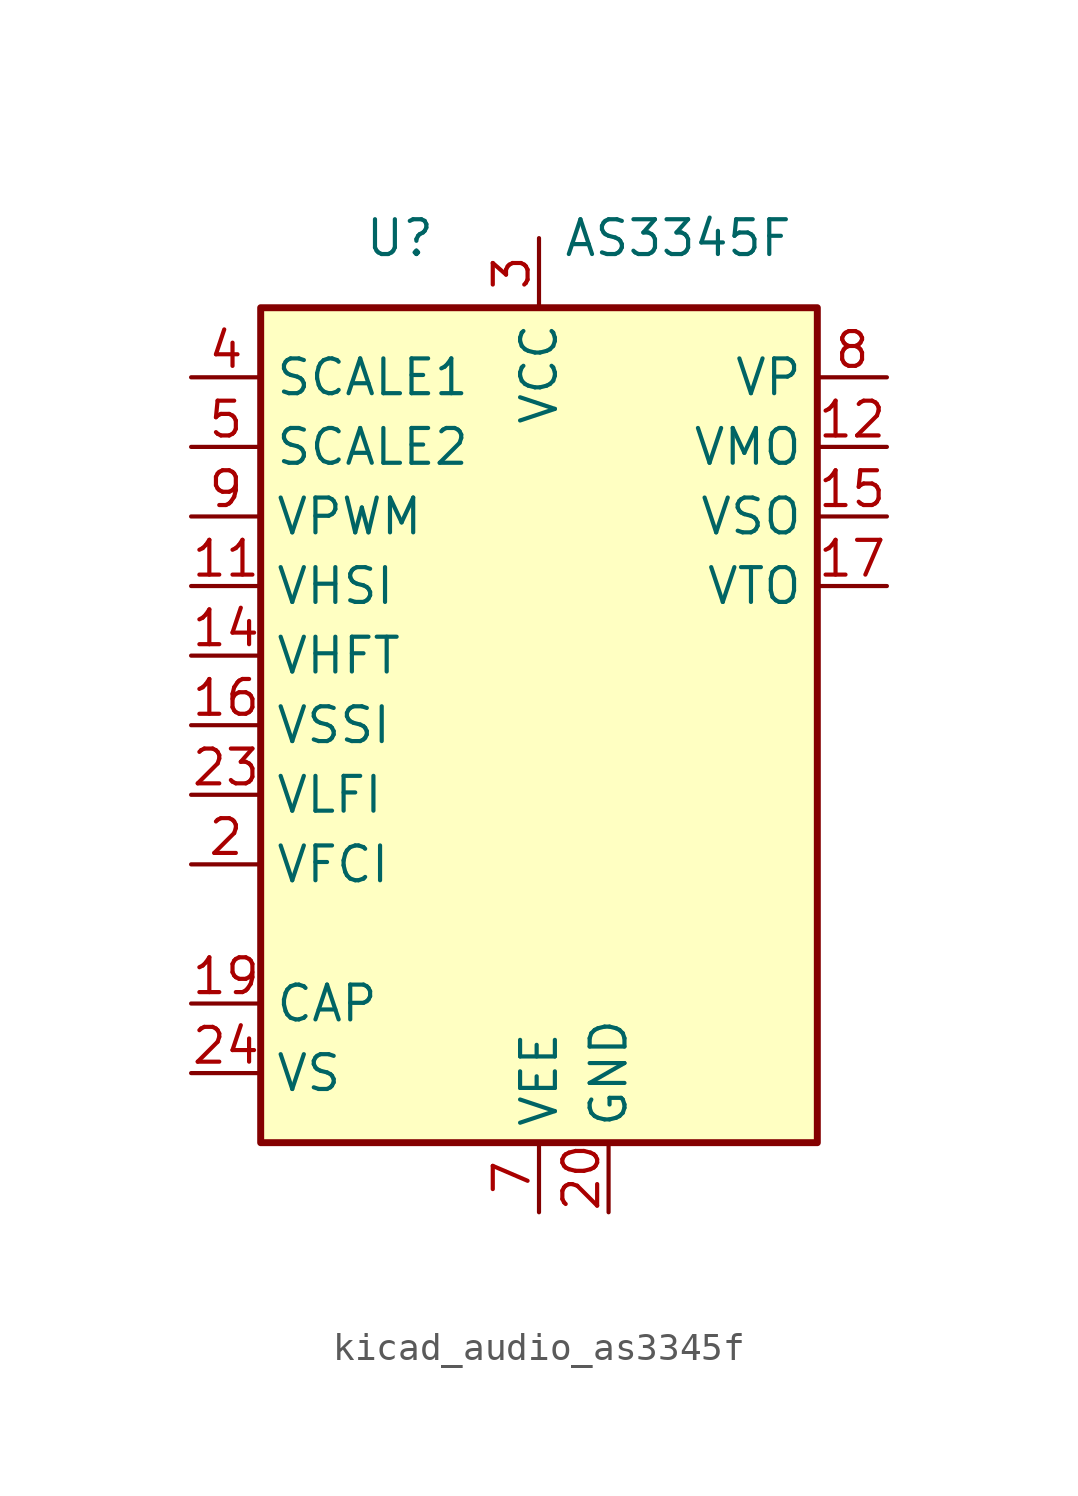
<source format=kicad_sym>
(kicad_symbol_lib
  (version 20220914)
  (generator kicad_symbol_editor)
  (symbol "kicad_audio_as3345f"
    (property "Reference" "U"
      (at -5.08 17.78 0)
      (effects (font (size 1.27 1.27))))
    (property "Value" "AS3345F"
      (at 5.08 17.78 0)
      (effects (font (size 1.27 1.27))))
    (symbol "kicad_audio_as3345f_0_1"
      (rectangle (start -10.16 15.24) (end 10.16 -15.24) (stroke (width 0.254) (type default)) (fill (type background))))
    (symbol "kicad_audio_as3345f_1_1"
      (pin no_connect line (at 10.16 0 180) (length 2.54) hide (name "NC" (effects (font (size 1.27 1.27)))) (number "1" (effects (font (size 1.27 1.27)))))
      (pin no_connect line (at 10.16 -5.08 180) (length 2.54) hide (name "NC" (effects (font (size 1.27 1.27)))) (number "10" (effects (font (size 1.27 1.27)))))
      (pin input line (at -12.7 5.08 0) (length 2.54) (name "VHSI" (effects (font (size 1.27 1.27)))) (number "11" (effects (font (size 1.27 1.27)))))
      (pin output line (at 12.7 10.16 180) (length 2.54) (name "VMO" (effects (font (size 1.27 1.27)))) (number "12" (effects (font (size 1.27 1.27)))))
      (pin no_connect line (at 10.16 -7.62 180) (length 2.54) hide (name "NC" (effects (font (size 1.27 1.27)))) (number "13" (effects (font (size 1.27 1.27)))))
      (pin input line (at -12.7 2.54 0) (length 2.54) (name "VHFT" (effects (font (size 1.27 1.27)))) (number "14" (effects (font (size 1.27 1.27)))))
      (pin output line (at 12.7 7.62 180) (length 2.54) (name "VSO" (effects (font (size 1.27 1.27)))) (number "15" (effects (font (size 1.27 1.27)))))
      (pin input line (at -12.7 0 0) (length 2.54) (name "VSSI" (effects (font (size 1.27 1.27)))) (number "16" (effects (font (size 1.27 1.27)))))
      (pin output line (at 12.7 5.08 180) (length 2.54) (name "VTO" (effects (font (size 1.27 1.27)))) (number "17" (effects (font (size 1.27 1.27)))))
      (pin no_connect line (at 10.16 -10.16 180) (length 2.54) hide (name "NC" (effects (font (size 1.27 1.27)))) (number "18" (effects (font (size 1.27 1.27)))))
      (pin passive line (at -12.7 -10.16 0) (length 2.54) (name "CAP" (effects (font (size 1.27 1.27)))) (number "19" (effects (font (size 1.27 1.27)))))
      (pin input line (at -12.7 -5.08 0) (length 2.54) (name "VFCI" (effects (font (size 1.27 1.27)))) (number "2" (effects (font (size 1.27 1.27)))))
      (pin power_in line (at 2.54 -17.78 90) (length 2.54) (name "GND" (effects (font (size 1.27 1.27)))) (number "20" (effects (font (size 1.27 1.27)))))
      (pin no_connect line (at 10.16 -12.7 180) (length 2.54) hide (name "NC" (effects (font (size 1.27 1.27)))) (number "21" (effects (font (size 1.27 1.27)))))
      (pin passive line (at 2.54 -17.78 90) (length 2.54) hide (name "GND" (effects (font (size 1.27 1.27)))) (number "22" (effects (font (size 1.27 1.27)))))
      (pin input line (at -12.7 -2.54 0) (length 2.54) (name "VLFI" (effects (font (size 1.27 1.27)))) (number "23" (effects (font (size 1.27 1.27)))))
      (pin passive line (at -12.7 -12.7 0) (length 2.54) (name "VS" (effects (font (size 1.27 1.27)))) (number "24" (effects (font (size 1.27 1.27)))))
      (pin power_in line (at 0 17.78 270) (length 2.54) (name "VCC" (effects (font (size 1.27 1.27)))) (number "3" (effects (font (size 1.27 1.27)))))
      (pin input line (at -12.7 12.7 0) (length 2.54) (name "SCALE1" (effects (font (size 1.27 1.27)))) (number "4" (effects (font (size 1.27 1.27)))))
      (pin input line (at -12.7 10.16 0) (length 2.54) (name "SCALE2" (effects (font (size 1.27 1.27)))) (number "5" (effects (font (size 1.27 1.27)))))
      (pin no_connect line (at 10.16 -2.54 180) (length 2.54) hide (name "NC" (effects (font (size 1.27 1.27)))) (number "6" (effects (font (size 1.27 1.27)))))
      (pin power_in line (at 0 -17.78 90) (length 2.54) (name "VEE" (effects (font (size 1.27 1.27)))) (number "7" (effects (font (size 1.27 1.27)))))
      (pin output line (at 12.7 12.7 180) (length 2.54) (name "VP" (effects (font (size 1.27 1.27)))) (number "8" (effects (font (size 1.27 1.27)))))
      (pin input line (at -12.7 7.62 0) (length 2.54) (name "VPWM" (effects (font (size 1.27 1.27)))) (number "9" (effects (font (size 1.27 1.27))))))))
</source>
